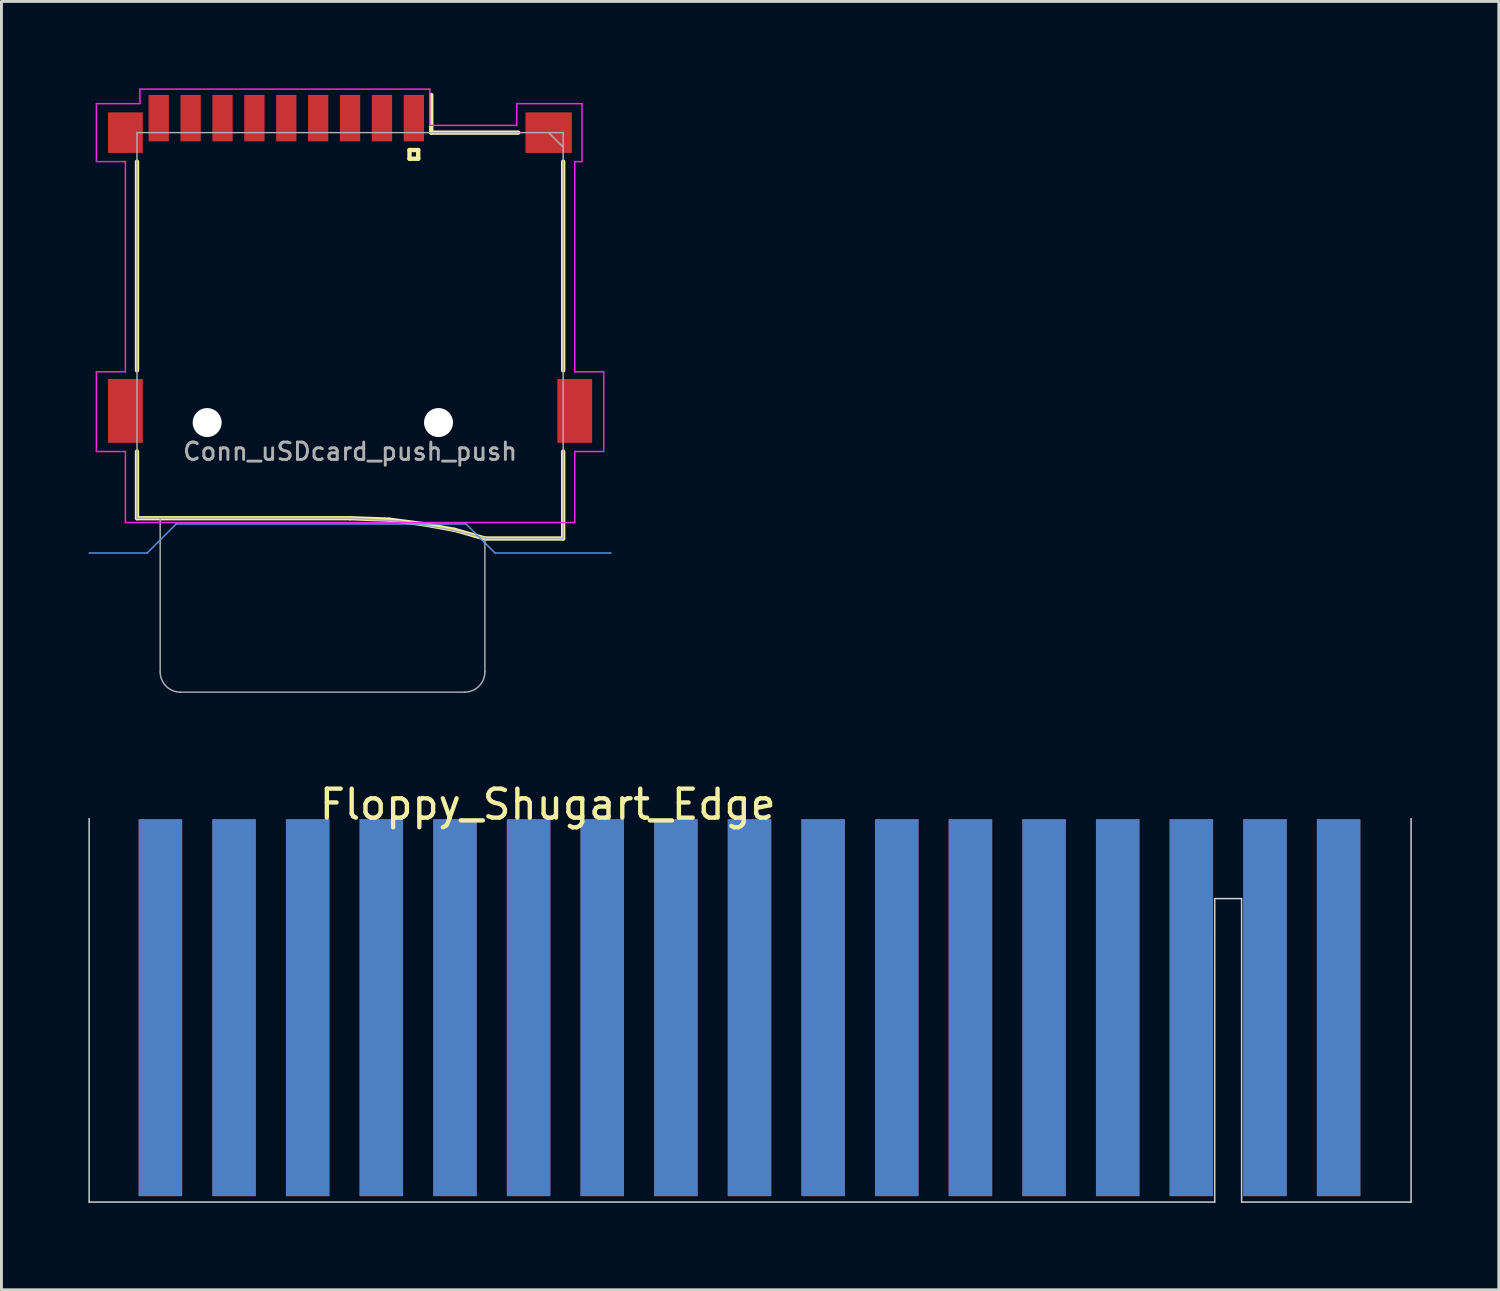
<source format=kicad_pcb>
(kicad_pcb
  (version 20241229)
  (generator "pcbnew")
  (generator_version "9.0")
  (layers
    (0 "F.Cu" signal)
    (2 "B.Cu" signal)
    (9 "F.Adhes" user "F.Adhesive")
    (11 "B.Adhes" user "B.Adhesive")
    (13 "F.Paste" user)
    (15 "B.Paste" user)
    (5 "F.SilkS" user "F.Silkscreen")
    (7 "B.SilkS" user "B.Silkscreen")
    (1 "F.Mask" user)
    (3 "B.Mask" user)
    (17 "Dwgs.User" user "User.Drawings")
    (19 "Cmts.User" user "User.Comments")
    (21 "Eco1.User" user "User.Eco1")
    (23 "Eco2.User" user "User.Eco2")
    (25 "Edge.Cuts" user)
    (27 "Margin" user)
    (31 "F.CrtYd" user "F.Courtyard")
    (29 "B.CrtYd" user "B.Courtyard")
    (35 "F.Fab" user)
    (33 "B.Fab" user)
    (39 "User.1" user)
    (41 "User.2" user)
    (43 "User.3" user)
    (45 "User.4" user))
  (footprint "Conn_uSDcard_push_push"
    (layer "F.Cu")
    (at 9.025 11.525)
    (property "Reference" "Conn_uSDcard_push_push" (at 0 1 180) (layer "F.Fab") (effects (font (size 0.6 0.6) (thickness 0.1))))
    (attr through_hole)
    (fp_line (start -7.35 -1.8) (end -7.35 -9) (stroke (width 0.15) (type solid)) (layer "F.SilkS"))
    (fp_line (start -7.35 1) (end -7.35 3.3) (stroke (width 0.15) (type solid)) (layer "F.SilkS"))
    (fp_line (start -7.35 3.3) (end 0 3.3) (stroke (width 0.15) (type solid)) (layer "F.SilkS"))
    (fp_line (start 0 3.3) (end 1.35 3.35) (stroke (width 0.15) (type solid)) (layer "F.SilkS"))
    (fp_line (start 1.35 3.35) (end 2.5 3.5) (stroke (width 0.15) (type solid)) (layer "F.SilkS"))
    (fp_line (start 2.05 -9.4) (end 2.05 -9.1) (stroke (width 0.15) (type solid)) (layer "F.SilkS"))
    (fp_line (start 2.05 -9.1) (end 2.35 -9.1) (stroke (width 0.15) (type solid)) (layer "F.SilkS"))
    (fp_line (start 2.35 -9.4) (end 2.05 -9.4) (stroke (width 0.15) (type solid)) (layer "F.SilkS"))
    (fp_line (start 2.35 -9.1) (end 2.35 -9.4) (stroke (width 0.15) (type solid)) (layer "F.SilkS"))
    (fp_line (start 2.5 3.5) (end 3.6 3.7) (stroke (width 0.15) (type solid)) (layer "F.SilkS"))
    (fp_line (start 2.8 -10) (end 2.8 -11.3) (stroke (width 0.15) (type solid)) (layer "F.SilkS"))
    (fp_line (start 2.8 -10) (end 5.8 -10) (stroke (width 0.15) (type solid)) (layer "F.SilkS"))
    (fp_line (start 3.6 3.7) (end 4.65 4) (stroke (width 0.15) (type solid)) (layer "F.SilkS"))
    (fp_line (start 4.65 4) (end 7.35 4) (stroke (width 0.15) (type solid)) (layer "F.SilkS"))
    (fp_line (start 7.35 -9) (end 7.35 -1.8) (stroke (width 0.15) (type solid)) (layer "F.SilkS"))
    (fp_line (start 7.35 4) (end 7.35 1) (stroke (width 0.15) (type solid)) (layer "F.SilkS"))
    (fp_line (start -9 4.5) (end -7 4.5) (stroke (width 0.05) (type solid)) (layer "Cmts.User"))
    (fp_line (start -7 4.5) (end -6 3.5) (stroke (width 0.05) (type solid)) (layer "Cmts.User"))
    (fp_line (start -6 3.5) (end 4 3.5) (stroke (width 0.05) (type solid)) (layer "Cmts.User"))
    (fp_line (start 4 3.5) (end 5 4.5) (stroke (width 0.05) (type solid)) (layer "Cmts.User"))
    (fp_line (start 5 4.5) (end 9 4.5) (stroke (width 0.05) (type solid)) (layer "Cmts.User"))
    (fp_line (start -8.75 -11) (end -7.25 -11) (stroke (width 0.05) (type solid)) (layer "F.CrtYd"))
    (fp_line (start -8.75 -9) (end -8.75 -11) (stroke (width 0.05) (type solid)) (layer "F.CrtYd"))
    (fp_line (start -8.75 -1.75) (end -7.75 -1.75) (stroke (width 0.05) (type solid)) (layer "F.CrtYd"))
    (fp_line (start -8.75 1) (end -8.75 -1.75) (stroke (width 0.05) (type solid)) (layer "F.CrtYd"))
    (fp_line (start -7.75 -9) (end -8.75 -9) (stroke (width 0.05) (type solid)) (layer "F.CrtYd"))
    (fp_line (start -7.75 -1.75) (end -7.75 -9) (stroke (width 0.05) (type solid)) (layer "F.CrtYd"))
    (fp_line (start -7.75 1) (end -8.75 1) (stroke (width 0.05) (type solid)) (layer "F.CrtYd"))
    (fp_line (start -7.75 3.448) (end -7.75 1) (stroke (width 0.05) (type solid)) (layer "F.CrtYd"))
    (fp_line (start -7.75 3.448) (end 7.75 3.448) (stroke (width 0.05) (type default)) (layer "F.CrtYd"))
    (fp_line (start -7.25 -11.5) (end 2.75 -11.5) (stroke (width 0.05) (type solid)) (layer "F.CrtYd"))
    (fp_line (start -7.25 -11) (end -7.25 -11.5) (stroke (width 0.05) (type solid)) (layer "F.CrtYd"))
    (fp_line (start 2.75 -11.5) (end 2.75 -10.25) (stroke (width 0.05) (type solid)) (layer "F.CrtYd"))
    (fp_line (start 2.75 -10.25) (end 5.75 -10.25) (stroke (width 0.05) (type solid)) (layer "F.CrtYd"))
    (fp_line (start 5.75 -11) (end 8 -11) (stroke (width 0.05) (type solid)) (layer "F.CrtYd"))
    (fp_line (start 5.75 -10.25) (end 5.75 -11) (stroke (width 0.05) (type solid)) (layer "F.CrtYd"))
    (fp_line (start 7.75 -9) (end 7.75 -1.75) (stroke (width 0.05) (type solid)) (layer "F.CrtYd"))
    (fp_line (start 7.75 -1.75) (end 8.75 -1.75) (stroke (width 0.05) (type solid)) (layer "F.CrtYd"))
    (fp_line (start 7.75 1) (end 7.75 3.448) (stroke (width 0.05) (type solid)) (layer "F.CrtYd"))
    (fp_line (start 8 -11) (end 8 -9) (stroke (width 0.05) (type solid)) (layer "F.CrtYd"))
    (fp_line (start 8 -9) (end 7.75 -9) (stroke (width 0.05) (type solid)) (layer "F.CrtYd"))
    (fp_line (start 8.75 -1.75) (end 8.75 1) (stroke (width 0.05) (type solid)) (layer "F.CrtYd"))
    (fp_line (start 8.75 1) (end 7.75 1) (stroke (width 0.05) (type solid)) (layer "F.CrtYd"))
    (fp_line (start -7.35 -10) (end -7.35 3.3) (stroke (width 0.05) (type solid)) (layer "F.Fab"))
    (fp_line (start -7.35 -10) (end 7.35 -10) (stroke (width 0.05) (type solid)) (layer "F.Fab"))
    (fp_line (start -7.35 3.3) (end 0 3.3) (stroke (width 0.05) (type solid)) (layer "F.Fab"))
    (fp_line (start -6.55 8.6) (end -6.55 3.3) (stroke (width 0.05) (type solid)) (layer "F.Fab"))
    (fp_line (start -5.85 9.3) (end 3.95 9.3) (stroke (width 0.05) (type solid)) (layer "F.Fab"))
    (fp_line (start 0 3.3) (end 1.7 3.4) (stroke (width 0.05) (type solid)) (layer "F.Fab"))
    (fp_line (start 1.7 3.4) (end 3.5 3.7) (stroke (width 0.05) (type solid)) (layer "F.Fab"))
    (fp_line (start 3.5 3.7) (end 4.7 4) (stroke (width 0.05) (type solid)) (layer "F.Fab"))
    (fp_line (start 4.65 4) (end 7.35 4) (stroke (width 0.05) (type solid)) (layer "F.Fab"))
    (fp_line (start 4.65 8.6) (end 4.65 4) (stroke (width 0.05) (type solid)) (layer "F.Fab"))
    (fp_line (start 7.35 -10) (end 7.35 4) (stroke (width 0.05) (type solid)) (layer "F.Fab"))
    (fp_line (start 7.35 -9.5) (end 6.85 -10) (stroke (width 0.05) (type solid)) (layer "F.Fab"))
    (fp_arc (start -5.85 9.3) (mid -6.344975 9.094975) (end -6.55 8.6) (stroke (width 0.05) (type solid)) (layer "F.Fab"))
    (fp_arc (start 4.65 8.6) (mid 4.444975 9.094975) (end 3.95 9.3) (stroke (width 0.05) (type solid)) (layer "F.Fab"))
    (fp_text user "${REFERENCE}" (at -0.005 -7.187 180) (layer "Eco1.User") (effects (font (size 0.3 0.3) (thickness 0.03))))
    (pad "" np_thru_hole circle (at -4.93 0) (size 1 1) (drill 1) (layers "*.Cu"))
    (pad "" np_thru_hole circle (at 3.05 0) (size 1 1) (drill 1) (layers "*.Cu"))
    (pad "1" smd rect (at 2.2 -10.5) (size 0.7 1.6) (layers "F.Cu" "F.Mask" "F.Paste"))
    (pad "2" smd rect (at 1.1 -10.5) (size 0.7 1.6) (layers "F.Cu" "F.Mask" "F.Paste"))
    (pad "3" smd rect (at 0 -10.5) (size 0.7 1.6) (layers "F.Cu" "F.Mask" "F.Paste"))
    (pad "4" smd rect (at -1.1 -10.5) (size 0.7 1.6) (layers "F.Cu" "F.Mask" "F.Paste"))
    (pad "5" smd rect (at -2.2 -10.5) (size 0.7 1.6) (layers "F.Cu" "F.Mask" "F.Paste"))
    (pad "6" smd rect (at -7.75 -10) (size 1.2 1.4) (layers "F.Cu" "F.Mask" "F.Paste"))
    (pad "6" smd rect (at -7.75 -0.4) (size 1.2 2.2) (layers "F.Cu" "F.Mask" "F.Paste"))
    (pad "6" smd rect (at -3.3 -10.5) (size 0.7 1.6) (layers "F.Cu" "F.Mask" "F.Paste"))
    (pad "6" smd rect (at 6.85 -10) (size 1.6 1.4) (layers "F.Cu" "F.Mask" "F.Paste"))
    (pad "6" smd rect (at 7.75 -0.4) (size 1.2 2.2) (layers "F.Cu" "F.Mask" "F.Paste"))
    (pad "7" smd rect (at -4.4 -10.5) (size 0.7 1.6) (layers "F.Cu" "F.Mask" "F.Paste"))
    (pad "8" smd rect (at -5.5 -10.5) (size 0.7 1.6) (layers "F.Cu" "F.Mask" "F.Paste"))
    (pad "9" smd rect (at -6.6 -10.5) (size 0.7 1.6) (layers "F.Cu" "F.Mask" "F.Paste")))
  (footprint "Floppy_Shugart_Edge"
    (layer "F.Cu")
    (at 16.453 31.505)
    (property "Reference" "Floppy_Shugart_Edge" (at -0.61 -6.807 0) (layer "F.SilkS") (effects (font (size 1 1) (thickness 0.15))))
    (attr exclude_from_pos_files exclude_from_bom)
    (fp_line (start -16.428 -6.321) (end -16.428 6.908) (stroke (width 0.05) (type solid)) (layer "Edge.Cuts"))
    (fp_line (start 22.397 6.908) (end -16.428 6.908) (stroke (width 0.05) (type default)) (layer "Edge.Cuts"))
    (fp_line (start 22.398 -3.56) (end 22.397 6.908) (stroke (width 0.05) (type default)) (layer "Edge.Cuts"))
    (fp_line (start 23.324 -3.56) (end 22.398 -3.56) (stroke (width 0.05) (type default)) (layer "Edge.Cuts"))
    (fp_line (start 23.324 6.908) (end 23.324 -3.56) (stroke (width 0.05) (type solid)) (layer "Edge.Cuts"))
    (fp_line (start 29.17 6.908) (end 23.324 6.908) (stroke (width 0.05) (type default)) (layer "Edge.Cuts"))
    (fp_line (start 29.17 6.908) (end 29.17 -6.321) (stroke (width 0.05) (type solid)) (layer "Edge.Cuts"))
    (pad "1" connect rect (at 26.67 0.203) (size 1.5 13) (layers "F.Cu" "F.Mask"))
    (pad "2" connect rect (at 26.67 0.203) (size 1.5 13) (layers "B.Cu" "B.Mask"))
    (pad "3" connect rect (at 24.13 0.203) (size 1.5 13) (layers "F.Cu" "F.Mask"))
    (pad "4" connect rect (at 24.13 0.203) (size 1.5 13) (layers "B.Cu" "B.Mask"))
    (pad "5" connect rect (at 21.59 0.203) (size 1.5 13) (layers "F.Cu" "F.Mask"))
    (pad "6" connect rect (at 21.59 0.203) (size 1.5 13) (layers "B.Cu" "B.Mask"))
    (pad "7" connect rect (at 19.05 0.203) (size 1.5 13) (layers "F.Cu" "F.Mask"))
    (pad "8" connect rect (at 19.05 0.203) (size 1.5 13) (layers "B.Cu" "B.Mask"))
    (pad "9" connect rect (at 16.51 0.203) (size 1.5 13) (layers "F.Cu" "F.Mask"))
    (pad "10" connect rect (at 16.51 0.203) (size 1.5 13) (layers "B.Cu" "B.Mask"))
    (pad "11" connect rect (at 13.97 0.203) (size 1.5 13) (layers "F.Cu" "F.Mask"))
    (pad "12" connect rect (at 13.97 0.203) (size 1.5 13) (layers "B.Cu" "B.Mask"))
    (pad "13" connect rect (at 11.43 0.203) (size 1.5 13) (layers "F.Cu" "F.Mask"))
    (pad "14" connect rect (at 11.43 0.203) (size 1.5 13) (layers "B.Cu" "B.Mask"))
    (pad "15" connect rect (at 8.89 0.203) (size 1.5 13) (layers "F.Cu" "F.Mask"))
    (pad "16" connect rect (at 8.89 0.203) (size 1.5 13) (layers "B.Cu" "B.Mask"))
    (pad "17" connect rect (at 6.35 0.203) (size 1.5 13) (layers "F.Cu" "F.Mask"))
    (pad "18" connect rect (at 6.35 0.203) (size 1.5 13) (layers "B.Cu" "B.Mask"))
    (pad "19" connect rect (at 3.81 0.203) (size 1.5 13) (layers "F.Cu" "F.Mask"))
    (pad "20" connect rect (at 3.81 0.203) (size 1.5 13) (layers "B.Cu" "B.Mask"))
    (pad "21" connect rect (at 1.27 0.203) (size 1.5 13) (layers "F.Cu" "F.Mask"))
    (pad "22" connect rect (at 1.27 0.203) (size 1.5 13) (layers "B.Cu" "B.Mask"))
    (pad "23" connect rect (at -1.27 0.203) (size 1.5 13) (layers "F.Cu" "F.Mask"))
    (pad "24" connect rect (at -1.27 0.203) (size 1.5 13) (layers "B.Cu" "B.Mask"))
    (pad "25" connect rect (at -3.81 0.203) (size 1.5 13) (layers "F.Cu" "F.Mask"))
    (pad "26" connect rect (at -3.81 0.203) (size 1.5 13) (layers "B.Cu" "B.Mask"))
    (pad "27" connect rect (at -6.35 0.203) (size 1.5 13) (layers "F.Cu" "F.Mask"))
    (pad "28" connect rect (at -6.35 0.203) (size 1.5 13) (layers "B.Cu" "B.Mask"))
    (pad "29" connect rect (at -8.89 0.203) (size 1.5 13) (layers "F.Cu" "F.Mask"))
    (pad "30" connect rect (at -8.89 0.203) (size 1.5 13) (layers "B.Cu" "B.Mask"))
    (pad "31" connect rect (at -11.43 0.203) (size 1.5 13) (layers "F.Cu" "F.Mask"))
    (pad "32" connect rect (at -11.43 0.203) (size 1.5 13) (layers "B.Cu" "B.Mask"))
    (pad "33" connect rect (at -13.97 0.203) (size 1.5 13) (layers "F.Cu" "F.Mask"))
    (pad "34" connect rect (at -13.97 0.203) (size 1.5 13) (layers "B.Cu" "B.Mask")))
  (gr_rect
    (start -3 -3)
    (end 48.648 41.439)
    (stroke (width 0.1) (type default))
    (fill no)
    (layer "Edge.Cuts")))
</source>
